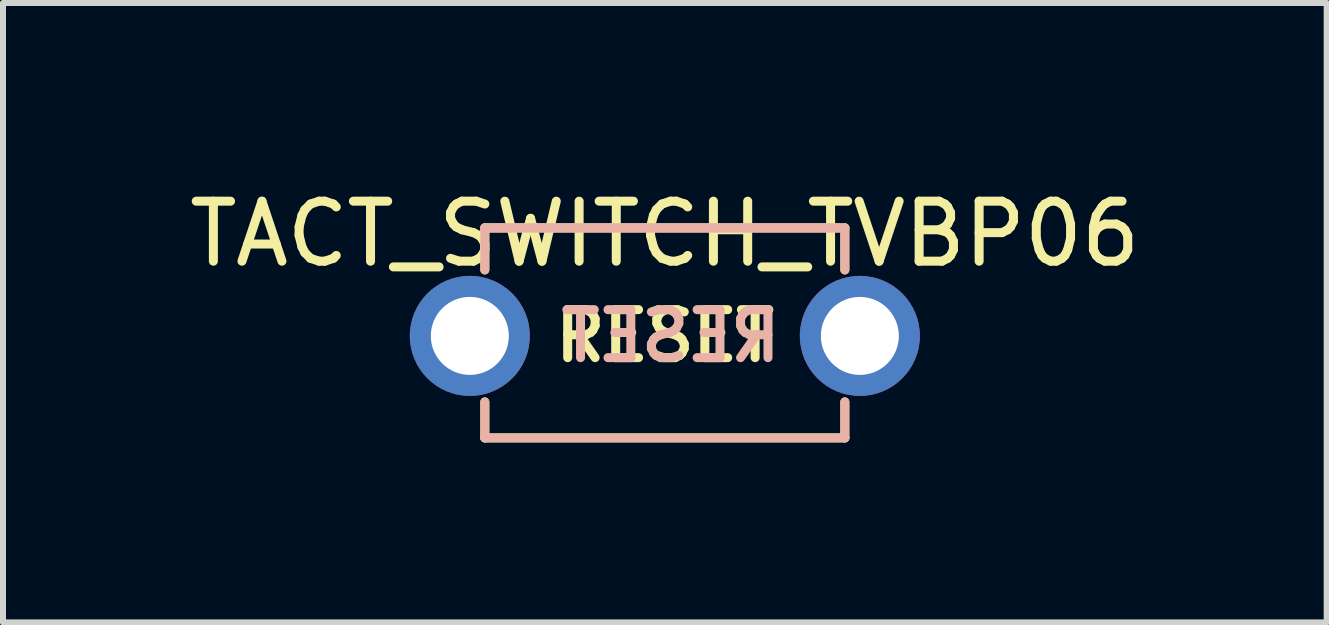
<source format=kicad_pcb>
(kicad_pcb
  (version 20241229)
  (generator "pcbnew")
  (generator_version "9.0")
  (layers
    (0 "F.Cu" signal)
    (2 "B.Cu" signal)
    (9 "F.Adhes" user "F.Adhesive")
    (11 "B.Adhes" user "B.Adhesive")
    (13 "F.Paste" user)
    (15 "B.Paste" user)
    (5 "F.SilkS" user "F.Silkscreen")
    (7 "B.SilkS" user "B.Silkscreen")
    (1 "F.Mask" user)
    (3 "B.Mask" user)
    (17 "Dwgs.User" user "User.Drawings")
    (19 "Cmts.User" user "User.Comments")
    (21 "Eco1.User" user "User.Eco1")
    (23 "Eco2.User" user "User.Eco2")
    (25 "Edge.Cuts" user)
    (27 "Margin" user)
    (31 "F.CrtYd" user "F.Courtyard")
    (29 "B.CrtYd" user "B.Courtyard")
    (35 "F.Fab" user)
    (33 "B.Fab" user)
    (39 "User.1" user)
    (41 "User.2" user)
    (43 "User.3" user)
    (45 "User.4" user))
  (footprint "TACT_SWITCH_TVBP06"
    (layer "F.Cu")
    (at 8.03 2.548)
    (property "Reference" "TACT_SWITCH_TVBP06" (at 0 -1.7 180) (layer "F.SilkS") (effects (font (size 1 1) (thickness 0.15))))
    (attr through_hole)
    (fp_line (start -3 -1.8) (end -3 -1.1) (stroke (width 0.15) (type solid)) (layer "F.SilkS"))
    (fp_line (start -3 1.7) (end -3 1.1) (stroke (width 0.15) (type solid)) (layer "F.SilkS"))
    (fp_line (start -3 1.7) (end 3 1.7) (stroke (width 0.15) (type solid)) (layer "F.SilkS"))
    (fp_line (start 3 -1.8) (end -3 -1.8) (stroke (width 0.15) (type solid)) (layer "F.SilkS"))
    (fp_line (start 3 -1.8) (end 3 -1.1) (stroke (width 0.15) (type solid)) (layer "F.SilkS"))
    (fp_line (start 3 1.7) (end 3 1.1) (stroke (width 0.15) (type solid)) (layer "F.SilkS"))
    (fp_line (start -3 -1.8) (end -3 -1.1) (stroke (width 0.15) (type solid)) (layer "B.SilkS"))
    (fp_line (start -3 -1.8) (end 2.9 -1.8) (stroke (width 0.15) (type solid)) (layer "B.SilkS"))
    (fp_line (start -3 -1.8) (end 3 -1.8) (stroke (width 0.15) (type solid)) (layer "B.SilkS"))
    (fp_line (start -3 1.7) (end -3 1.1) (stroke (width 0.15) (type solid)) (layer "B.SilkS"))
    (fp_line (start 3 -1.8) (end 3 -1.1) (stroke (width 0.15) (type solid)) (layer "B.SilkS"))
    (fp_line (start 3 1.7) (end -3 1.7) (stroke (width 0.15) (type solid)) (layer "B.SilkS"))
    (fp_line (start 3 1.7) (end 3 1.1) (stroke (width 0.15) (type solid)) (layer "B.SilkS"))
    (fp_text user "RESET" (at 0 0 0) (layer "F.SilkS") (effects (font (size 0.8 0.8) (thickness 0.15))))
    (fp_text user "RESET" (at 0.1 0 0) (layer "B.SilkS") (effects (font (size 0.8 0.8) (thickness 0.15)) (justify mirror)))
    (pad "1" thru_hole circle (at -3.25 0) (size 2 2) (drill 1.3) (layers "*.Cu" "*.Mask"))
    (pad "2" thru_hole circle (at 3.25 0) (size 2 2) (drill 1.3) (layers "*.Cu" "*.Mask")))
  (gr_rect
    (start -3 -3)
    (end 19.06 7.323)
    (stroke (width 0.1) (type default))
    (fill no)
    (layer "Edge.Cuts")))
</source>
